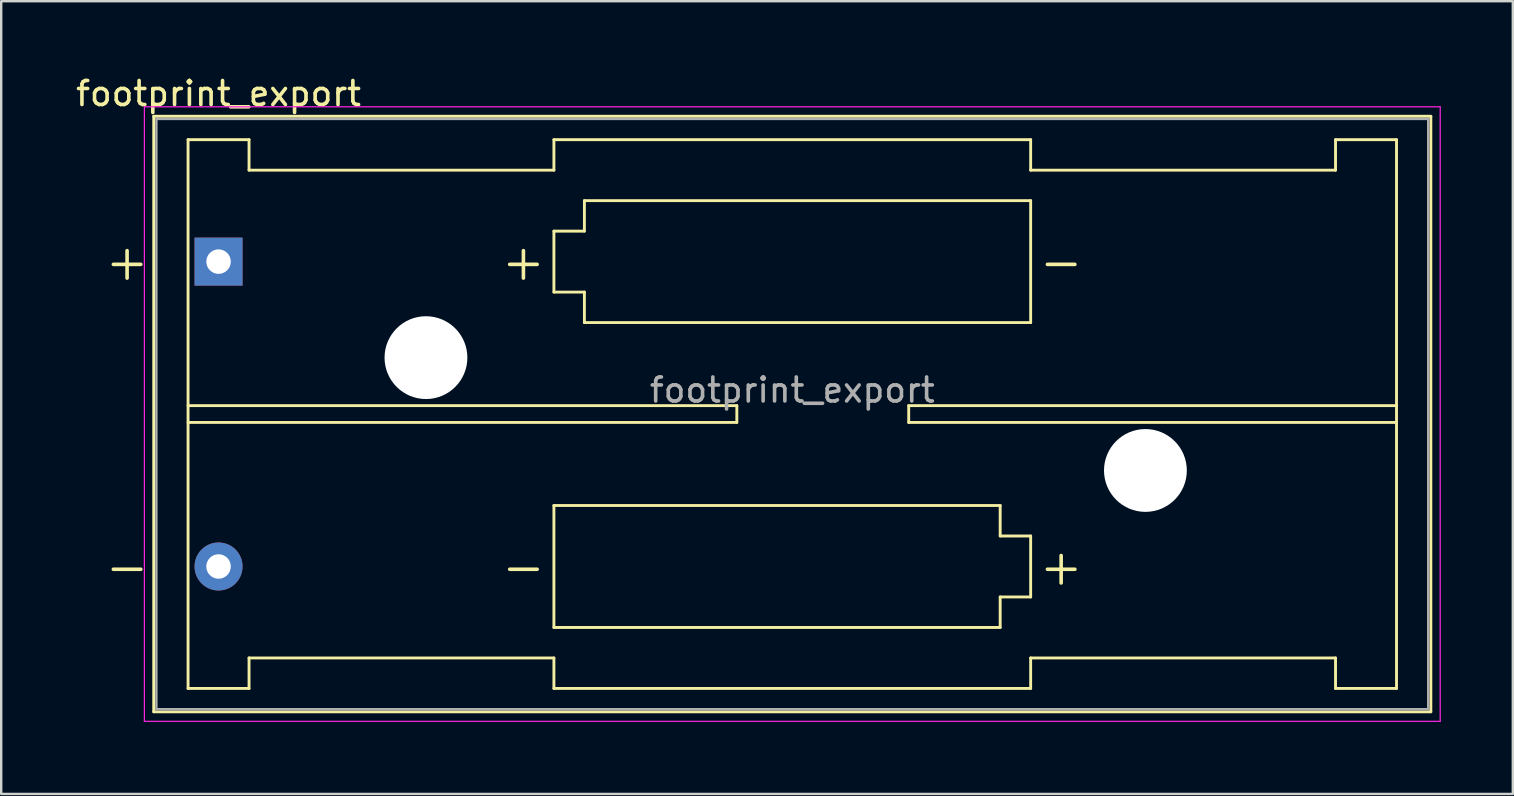
<source format=kicad_pcb>
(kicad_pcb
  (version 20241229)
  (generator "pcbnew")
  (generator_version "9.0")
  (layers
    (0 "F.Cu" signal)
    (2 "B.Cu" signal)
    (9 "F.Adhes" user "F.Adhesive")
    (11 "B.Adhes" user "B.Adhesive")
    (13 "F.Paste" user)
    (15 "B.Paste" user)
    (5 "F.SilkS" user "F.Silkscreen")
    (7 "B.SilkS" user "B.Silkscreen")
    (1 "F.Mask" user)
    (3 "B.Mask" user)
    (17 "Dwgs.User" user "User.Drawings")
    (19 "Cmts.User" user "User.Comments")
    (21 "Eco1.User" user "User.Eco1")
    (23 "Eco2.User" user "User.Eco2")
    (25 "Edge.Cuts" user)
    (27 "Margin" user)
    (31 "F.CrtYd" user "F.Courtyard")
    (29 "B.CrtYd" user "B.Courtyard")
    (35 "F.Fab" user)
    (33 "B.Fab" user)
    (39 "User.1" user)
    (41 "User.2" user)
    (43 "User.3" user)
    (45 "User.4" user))
  (footprint "footprint_export"
    (layer "F.Cu")
    (at 6.054 7.848)
    (property "Reference" "footprint_export" (at 0 -7 0) (layer "F.SilkS") (effects (font (size 1 1) (thickness 0.15))))
    (attr through_hole)
    (fp_line (start -2.7 -6.05) (end -2.7 18.75) (stroke (width 0.12) (type solid)) (layer "F.SilkS"))
    (fp_line (start -2.7 18.755) (end 50.5 18.755) (stroke (width 0.12) (type solid)) (layer "F.SilkS"))
    (fp_line (start -1.27 -5.08) (end -1.27 17.78) (stroke (width 0.12) (type solid)) (layer "F.SilkS"))
    (fp_line (start -1.27 6) (end 21.59 6) (stroke (width 0.12) (type solid)) (layer "F.SilkS"))
    (fp_line (start -1.27 17.78) (end 1.27 17.78) (stroke (width 0.12) (type solid)) (layer "F.SilkS"))
    (fp_line (start 1.27 -5.08) (end -1.27 -5.08) (stroke (width 0.12) (type solid)) (layer "F.SilkS"))
    (fp_line (start 1.27 -3.81) (end 1.27 -5.08) (stroke (width 0.12) (type solid)) (layer "F.SilkS"))
    (fp_line (start 1.27 -3.81) (end 13.97 -3.81) (stroke (width 0.12) (type solid)) (layer "F.SilkS"))
    (fp_line (start 1.27 16.51) (end 13.97 16.51) (stroke (width 0.12) (type solid)) (layer "F.SilkS"))
    (fp_line (start 1.27 17.78) (end 1.27 16.51) (stroke (width 0.12) (type solid)) (layer "F.SilkS"))
    (fp_line (start 13.97 -5.08) (end 13.97 -3.81) (stroke (width 0.12) (type solid)) (layer "F.SilkS"))
    (fp_line (start 13.97 -1.27) (end 15.24 -1.27) (stroke (width 0.12) (type solid)) (layer "F.SilkS"))
    (fp_line (start 13.97 1.27) (end 13.97 -1.27) (stroke (width 0.12) (type solid)) (layer "F.SilkS"))
    (fp_line (start 13.97 10.16) (end 32.56 10.16) (stroke (width 0.12) (type solid)) (layer "F.SilkS"))
    (fp_line (start 13.97 15.24) (end 13.97 10.16) (stroke (width 0.12) (type solid)) (layer "F.SilkS"))
    (fp_line (start 13.97 16.51) (end 13.97 17.78) (stroke (width 0.12) (type solid)) (layer "F.SilkS"))
    (fp_line (start 13.97 17.78) (end 33.83 17.78) (stroke (width 0.12) (type solid)) (layer "F.SilkS"))
    (fp_line (start 15.24 -2.54) (end 33.83 -2.54) (stroke (width 0.12) (type solid)) (layer "F.SilkS"))
    (fp_line (start 15.24 -1.27) (end 15.24 -2.54) (stroke (width 0.12) (type solid)) (layer "F.SilkS"))
    (fp_line (start 15.24 1.27) (end 13.97 1.27) (stroke (width 0.12) (type solid)) (layer "F.SilkS"))
    (fp_line (start 15.24 2.54) (end 15.24 1.27) (stroke (width 0.12) (type solid)) (layer "F.SilkS"))
    (fp_line (start 21.59 6) (end 21.59 6.7) (stroke (width 0.12) (type solid)) (layer "F.SilkS"))
    (fp_line (start 21.59 6.7) (end -1.27 6.7) (stroke (width 0.12) (type solid)) (layer "F.SilkS"))
    (fp_line (start 28.75 6) (end 28.75 6.7) (stroke (width 0.12) (type solid)) (layer "F.SilkS"))
    (fp_line (start 28.75 6.7) (end 49.07 6.7) (stroke (width 0.12) (type solid)) (layer "F.SilkS"))
    (fp_line (start 32.56 10.16) (end 32.56 11.43) (stroke (width 0.12) (type solid)) (layer "F.SilkS"))
    (fp_line (start 32.56 11.43) (end 33.83 11.43) (stroke (width 0.12) (type solid)) (layer "F.SilkS"))
    (fp_line (start 32.56 13.97) (end 32.56 15.24) (stroke (width 0.12) (type solid)) (layer "F.SilkS"))
    (fp_line (start 32.56 15.24) (end 13.97 15.24) (stroke (width 0.12) (type solid)) (layer "F.SilkS"))
    (fp_line (start 33.83 -5.08) (end 13.97 -5.08) (stroke (width 0.12) (type solid)) (layer "F.SilkS"))
    (fp_line (start 33.83 -3.81) (end 33.83 -5.08) (stroke (width 0.12) (type solid)) (layer "F.SilkS"))
    (fp_line (start 33.83 -2.54) (end 33.83 2.54) (stroke (width 0.12) (type solid)) (layer "F.SilkS"))
    (fp_line (start 33.83 2.54) (end 15.24 2.54) (stroke (width 0.12) (type solid)) (layer "F.SilkS"))
    (fp_line (start 33.83 11.43) (end 33.83 13.97) (stroke (width 0.12) (type solid)) (layer "F.SilkS"))
    (fp_line (start 33.83 13.97) (end 32.56 13.97) (stroke (width 0.12) (type solid)) (layer "F.SilkS"))
    (fp_line (start 33.83 17.78) (end 33.83 16.51) (stroke (width 0.12) (type solid)) (layer "F.SilkS"))
    (fp_line (start 46.53 -5.08) (end 46.53 -3.81) (stroke (width 0.12) (type solid)) (layer "F.SilkS"))
    (fp_line (start 46.53 -3.81) (end 33.83 -3.81) (stroke (width 0.12) (type solid)) (layer "F.SilkS"))
    (fp_line (start 46.53 16.51) (end 33.83 16.51) (stroke (width 0.12) (type solid)) (layer "F.SilkS"))
    (fp_line (start 46.53 17.78) (end 46.53 16.51) (stroke (width 0.12) (type solid)) (layer "F.SilkS"))
    (fp_line (start 49.07 -5.08) (end 46.53 -5.08) (stroke (width 0.12) (type solid)) (layer "F.SilkS"))
    (fp_line (start 49.07 -5.08) (end 49.07 17.78) (stroke (width 0.12) (type solid)) (layer "F.SilkS"))
    (fp_line (start 49.07 6) (end 28.75 6) (stroke (width 0.12) (type solid)) (layer "F.SilkS"))
    (fp_line (start 49.07 17.78) (end 46.53 17.78) (stroke (width 0.12) (type solid)) (layer "F.SilkS"))
    (fp_line (start 50.5 -6.055) (end -2.7 -6.055) (stroke (width 0.12) (type solid)) (layer "F.SilkS"))
    (fp_line (start 50.5 18.75) (end 50.5 -6.05) (stroke (width 0.12) (type solid)) (layer "F.SilkS"))
    (fp_line (start -3.09 -6.45) (end -3.09 19.15) (stroke (width 0.05) (type solid)) (layer "F.CrtYd"))
    (fp_line (start -3.09 19.15) (end 50.89 19.15) (stroke (width 0.05) (type solid)) (layer "F.CrtYd"))
    (fp_line (start 50.89 -6.45) (end -3.09 -6.45) (stroke (width 0.05) (type solid)) (layer "F.CrtYd"))
    (fp_line (start 50.89 19.15) (end 50.89 -6.45) (stroke (width 0.05) (type solid)) (layer "F.CrtYd"))
    (fp_line (start -2.59 -5.945) (end 50.39 -5.945) (stroke (width 0.1) (type solid)) (layer "F.Fab"))
    (fp_line (start -2.59 18.645) (end -2.59 -5.945) (stroke (width 0.1) (type solid)) (layer "F.Fab"))
    (fp_line (start -2.59 18.645) (end 50.39 18.645) (stroke (width 0.1) (type solid)) (layer "F.Fab"))
    (fp_line (start 50.39 18.645) (end 50.39 -5.945) (stroke (width 0.1) (type solid)) (layer "F.Fab"))
    (fp_text user "-" (at -3.81 12.7 0) (layer "F.SilkS") (effects (font (size 1.5 1.5) (thickness 0.15))))
    (fp_text user "+" (at -3.81 0 0) (layer "F.SilkS") (effects (font (size 1.5 1.5) (thickness 0.15))))
    (fp_text user "-" (at 35.1 0 0) (layer "F.SilkS") (effects (font (size 1.5 1.5) (thickness 0.15))))
    (fp_text user "+" (at 35.1 12.7 0) (layer "F.SilkS") (effects (font (size 1.5 1.5) (thickness 0.15))))
    (fp_text user "+" (at 12.7 0 0) (layer "F.SilkS") (effects (font (size 1.5 1.5) (thickness 0.15))))
    (fp_text user "-" (at 12.7 12.7 0) (layer "F.SilkS") (effects (font (size 1.5 1.5) (thickness 0.15))))
    (fp_text user "${REFERENCE}" (at 23.9 5.35 0) (layer "F.Fab") (effects (font (size 1 1) (thickness 0.15))))
    (pad "" np_thru_hole circle (at 8.64 4) (size 3.45 3.45) (drill 3.45) (layers "*.Cu"))
    (pad "" np_thru_hole circle (at 38.61 8.7) (size 3.45 3.45) (drill 3.45) (layers "*.Cu" "*.Mask"))
    (pad "1" thru_hole rect (at 0 0) (size 2 2) (drill 1.02) (layers "*.Cu" "*.Mask"))
    (pad "2" thru_hole circle (at 0 12.7) (size 2 2) (drill 1.02) (layers "*.Cu" "*.Mask")))
  (gr_rect
    (start -3 -3)
    (end 59.969 30.023)
    (stroke (width 0.1) (type default))
    (fill no)
    (layer "Edge.Cuts")))
</source>
